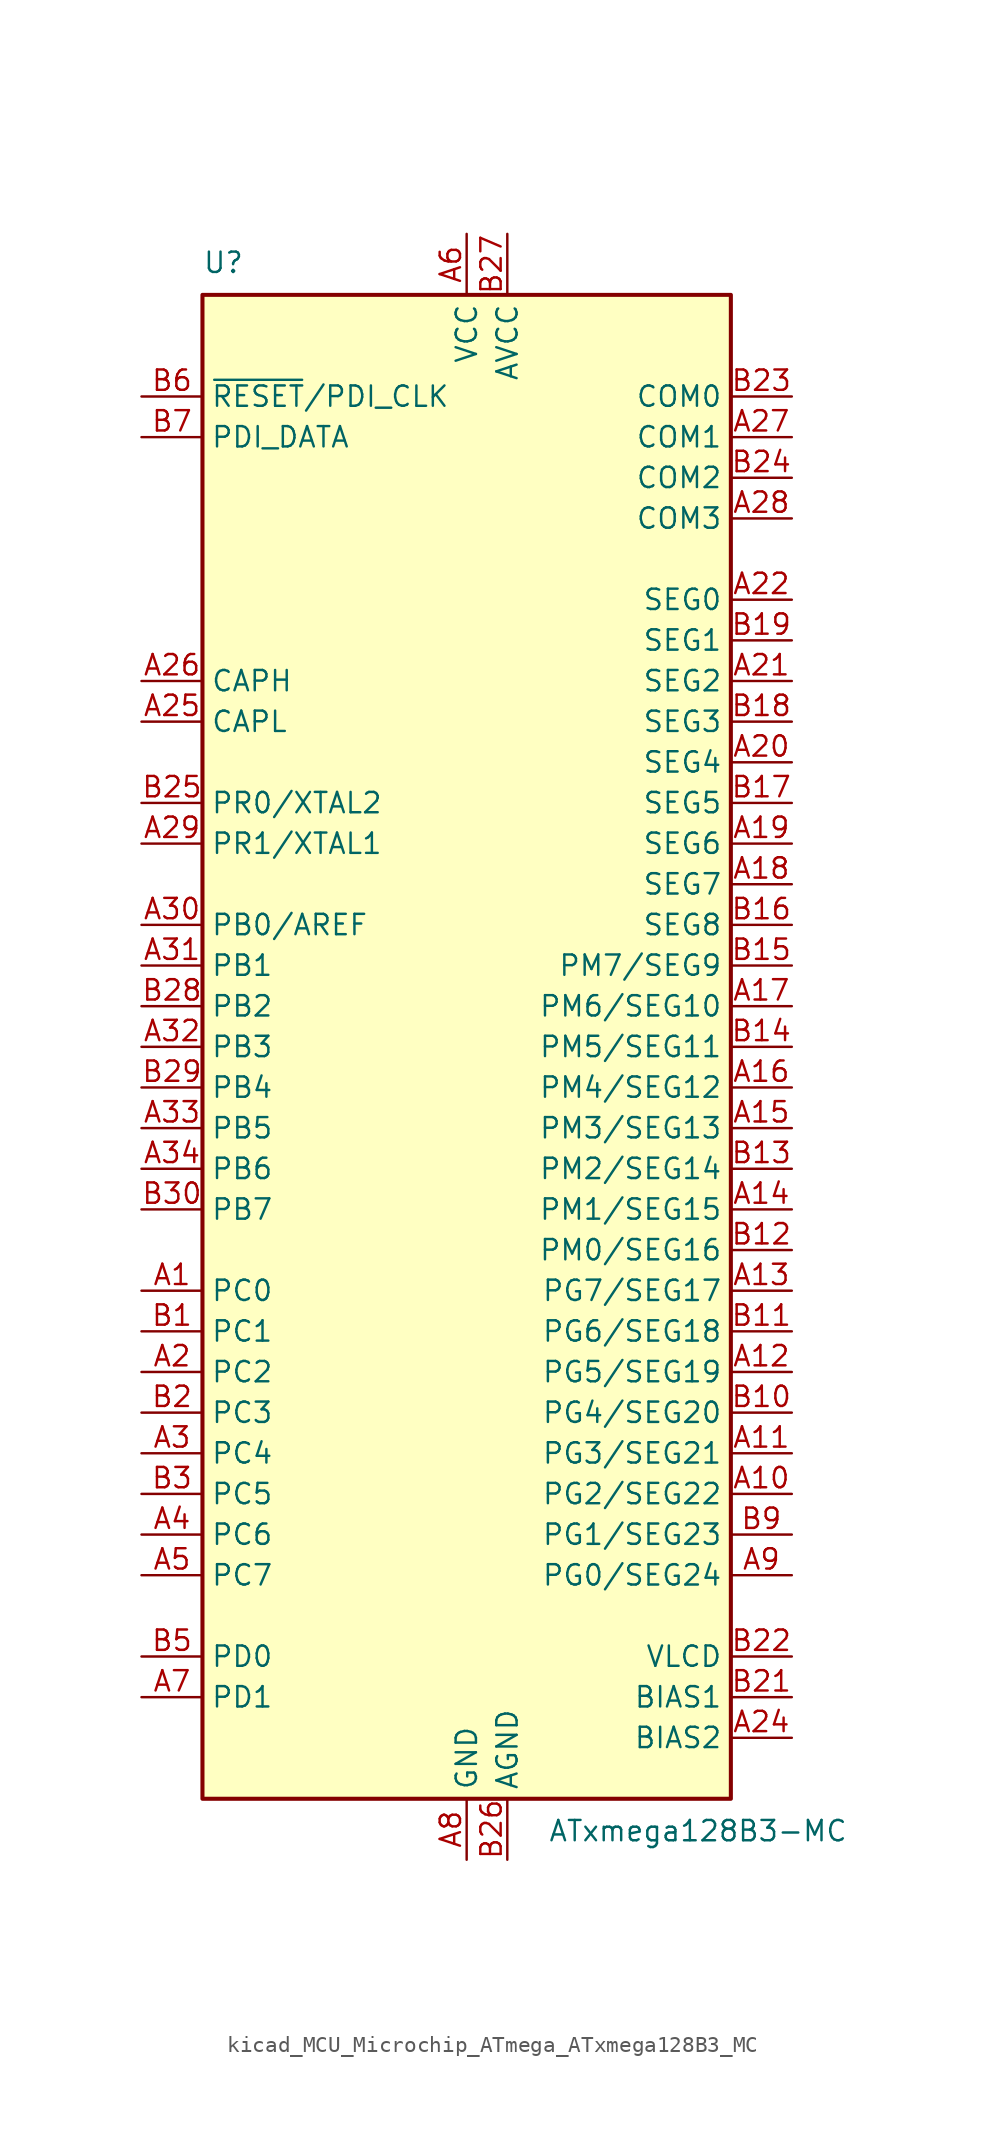
<source format=kicad_sym>
(kicad_symbol_lib
  (version 20220914)
  (generator kicad_symbol_editor)
  (symbol "kicad_MCU_Microchip_ATmega_ATxmega128B3_MC"
    (property "Reference" "U"
      (at -16.51 48.26 0)
      (effects (font (size 1.27 1.27)) (justify left bottom)))
    (property "Value" "ATxmega128B3-MC"
      (at 5.08 -48.26 0)
      (effects (font (size 1.27 1.27)) (justify left top)))
    (symbol "kicad_MCU_Microchip_ATmega_ATxmega128B3_MC_0_1"
      (rectangle (start -16.51 -46.99) (end 16.51 46.99) (stroke (width 0.254) (type default)) (fill (type background))))
    (symbol "kicad_MCU_Microchip_ATmega_ATxmega128B3_MC_1_1"
      (pin bidirectional line (at -20.32 -15.24 0) (length 3.81) (name "PC0" (effects (font (size 1.27 1.27)))) (number "A1" (effects (font (size 1.27 1.27)))))
      (pin bidirectional line (at 20.32 -27.94 180) (length 3.81) (name "PG2/SEG22" (effects (font (size 1.27 1.27)))) (number "A10" (effects (font (size 1.27 1.27)))))
      (pin bidirectional line (at 20.32 -25.4 180) (length 3.81) (name "PG3/SEG21" (effects (font (size 1.27 1.27)))) (number "A11" (effects (font (size 1.27 1.27)))))
      (pin bidirectional line (at 20.32 -20.32 180) (length 3.81) (name "PG5/SEG19" (effects (font (size 1.27 1.27)))) (number "A12" (effects (font (size 1.27 1.27)))))
      (pin bidirectional line (at 20.32 -15.24 180) (length 3.81) (name "PG7/SEG17" (effects (font (size 1.27 1.27)))) (number "A13" (effects (font (size 1.27 1.27)))))
      (pin bidirectional line (at 20.32 -10.16 180) (length 3.81) (name "PM1/SEG15" (effects (font (size 1.27 1.27)))) (number "A14" (effects (font (size 1.27 1.27)))))
      (pin bidirectional line (at 20.32 -5.08 180) (length 3.81) (name "PM3/SEG13" (effects (font (size 1.27 1.27)))) (number "A15" (effects (font (size 1.27 1.27)))))
      (pin bidirectional line (at 20.32 -2.54 180) (length 3.81) (name "PM4/SEG12" (effects (font (size 1.27 1.27)))) (number "A16" (effects (font (size 1.27 1.27)))))
      (pin bidirectional line (at 20.32 2.54 180) (length 3.81) (name "PM6/SEG10" (effects (font (size 1.27 1.27)))) (number "A17" (effects (font (size 1.27 1.27)))))
      (pin output line (at 20.32 10.16 180) (length 3.81) (name "SEG7" (effects (font (size 1.27 1.27)))) (number "A18" (effects (font (size 1.27 1.27)))))
      (pin output line (at 20.32 12.7 180) (length 3.81) (name "SEG6" (effects (font (size 1.27 1.27)))) (number "A19" (effects (font (size 1.27 1.27)))))
      (pin bidirectional line (at -20.32 -20.32 0) (length 3.81) (name "PC2" (effects (font (size 1.27 1.27)))) (number "A2" (effects (font (size 1.27 1.27)))))
      (pin output line (at 20.32 17.78 180) (length 3.81) (name "SEG4" (effects (font (size 1.27 1.27)))) (number "A20" (effects (font (size 1.27 1.27)))))
      (pin output line (at 20.32 22.86 180) (length 3.81) (name "SEG2" (effects (font (size 1.27 1.27)))) (number "A21" (effects (font (size 1.27 1.27)))))
      (pin output line (at 20.32 27.94 180) (length 3.81) (name "SEG0" (effects (font (size 1.27 1.27)))) (number "A22" (effects (font (size 1.27 1.27)))))
      (pin passive line (at 0 50.8 270) (length 3.81) hide (name "VCC" (effects (font (size 1.27 1.27)))) (number "A23" (effects (font (size 1.27 1.27)))))
      (pin power_out line (at 20.32 -43.18 180) (length 3.81) (name "BIAS2" (effects (font (size 1.27 1.27)))) (number "A24" (effects (font (size 1.27 1.27)))))
      (pin passive line (at -20.32 20.32 0) (length 3.81) (name "CAPL" (effects (font (size 1.27 1.27)))) (number "A25" (effects (font (size 1.27 1.27)))))
      (pin passive line (at -20.32 22.86 0) (length 3.81) (name "CAPH" (effects (font (size 1.27 1.27)))) (number "A26" (effects (font (size 1.27 1.27)))))
      (pin output line (at 20.32 38.1 180) (length 3.81) (name "COM1" (effects (font (size 1.27 1.27)))) (number "A27" (effects (font (size 1.27 1.27)))))
      (pin output line (at 20.32 33.02 180) (length 3.81) (name "COM3" (effects (font (size 1.27 1.27)))) (number "A28" (effects (font (size 1.27 1.27)))))
      (pin bidirectional line (at -20.32 12.7 0) (length 3.81) (name "PR1/XTAL1" (effects (font (size 1.27 1.27)))) (number "A29" (effects (font (size 1.27 1.27)))))
      (pin bidirectional line (at -20.32 -25.4 0) (length 3.81) (name "PC4" (effects (font (size 1.27 1.27)))) (number "A3" (effects (font (size 1.27 1.27)))))
      (pin bidirectional line (at -20.32 7.62 0) (length 3.81) (name "PB0/AREF" (effects (font (size 1.27 1.27)))) (number "A30" (effects (font (size 1.27 1.27)))))
      (pin bidirectional line (at -20.32 5.08 0) (length 3.81) (name "PB1" (effects (font (size 1.27 1.27)))) (number "A31" (effects (font (size 1.27 1.27)))))
      (pin bidirectional line (at -20.32 0 0) (length 3.81) (name "PB3" (effects (font (size 1.27 1.27)))) (number "A32" (effects (font (size 1.27 1.27)))))
      (pin bidirectional line (at -20.32 -5.08 0) (length 3.81) (name "PB5" (effects (font (size 1.27 1.27)))) (number "A33" (effects (font (size 1.27 1.27)))))
      (pin bidirectional line (at -20.32 -7.62 0) (length 3.81) (name "PB6" (effects (font (size 1.27 1.27)))) (number "A34" (effects (font (size 1.27 1.27)))))
      (pin bidirectional line (at -20.32 -30.48 0) (length 3.81) (name "PC6" (effects (font (size 1.27 1.27)))) (number "A4" (effects (font (size 1.27 1.27)))))
      (pin bidirectional line (at -20.32 -33.02 0) (length 3.81) (name "PC7" (effects (font (size 1.27 1.27)))) (number "A5" (effects (font (size 1.27 1.27)))))
      (pin power_in line (at 0 50.8 270) (length 3.81) (name "VCC" (effects (font (size 1.27 1.27)))) (number "A6" (effects (font (size 1.27 1.27)))))
      (pin bidirectional line (at -20.32 -40.64 0) (length 3.81) (name "PD1" (effects (font (size 1.27 1.27)))) (number "A7" (effects (font (size 1.27 1.27)))))
      (pin power_in line (at 0 -50.8 90) (length 3.81) (name "GND" (effects (font (size 1.27 1.27)))) (number "A8" (effects (font (size 1.27 1.27)))))
      (pin bidirectional line (at 20.32 -33.02 180) (length 3.81) (name "PG0/SEG24" (effects (font (size 1.27 1.27)))) (number "A9" (effects (font (size 1.27 1.27)))))
      (pin bidirectional line (at -20.32 -17.78 0) (length 3.81) (name "PC1" (effects (font (size 1.27 1.27)))) (number "B1" (effects (font (size 1.27 1.27)))))
      (pin bidirectional line (at 20.32 -22.86 180) (length 3.81) (name "PG4/SEG20" (effects (font (size 1.27 1.27)))) (number "B10" (effects (font (size 1.27 1.27)))))
      (pin bidirectional line (at 20.32 -17.78 180) (length 3.81) (name "PG6/SEG18" (effects (font (size 1.27 1.27)))) (number "B11" (effects (font (size 1.27 1.27)))))
      (pin bidirectional line (at 20.32 -12.7 180) (length 3.81) (name "PM0/SEG16" (effects (font (size 1.27 1.27)))) (number "B12" (effects (font (size 1.27 1.27)))))
      (pin bidirectional line (at 20.32 -7.62 180) (length 3.81) (name "PM2/SEG14" (effects (font (size 1.27 1.27)))) (number "B13" (effects (font (size 1.27 1.27)))))
      (pin bidirectional line (at 20.32 0 180) (length 3.81) (name "PM5/SEG11" (effects (font (size 1.27 1.27)))) (number "B14" (effects (font (size 1.27 1.27)))))
      (pin bidirectional line (at 20.32 5.08 180) (length 3.81) (name "PM7/SEG9" (effects (font (size 1.27 1.27)))) (number "B15" (effects (font (size 1.27 1.27)))))
      (pin output line (at 20.32 7.62 180) (length 3.81) (name "SEG8" (effects (font (size 1.27 1.27)))) (number "B16" (effects (font (size 1.27 1.27)))))
      (pin output line (at 20.32 15.24 180) (length 3.81) (name "SEG5" (effects (font (size 1.27 1.27)))) (number "B17" (effects (font (size 1.27 1.27)))))
      (pin output line (at 20.32 20.32 180) (length 3.81) (name "SEG3" (effects (font (size 1.27 1.27)))) (number "B18" (effects (font (size 1.27 1.27)))))
      (pin output line (at 20.32 25.4 180) (length 3.81) (name "SEG1" (effects (font (size 1.27 1.27)))) (number "B19" (effects (font (size 1.27 1.27)))))
      (pin bidirectional line (at -20.32 -22.86 0) (length 3.81) (name "PC3" (effects (font (size 1.27 1.27)))) (number "B2" (effects (font (size 1.27 1.27)))))
      (pin passive line (at 0 -50.8 90) (length 3.81) hide (name "GND" (effects (font (size 1.27 1.27)))) (number "B20" (effects (font (size 1.27 1.27)))))
      (pin power_out line (at 20.32 -40.64 180) (length 3.81) (name "BIAS1" (effects (font (size 1.27 1.27)))) (number "B21" (effects (font (size 1.27 1.27)))))
      (pin power_out line (at 20.32 -38.1 180) (length 3.81) (name "VLCD" (effects (font (size 1.27 1.27)))) (number "B22" (effects (font (size 1.27 1.27)))))
      (pin output line (at 20.32 40.64 180) (length 3.81) (name "COM0" (effects (font (size 1.27 1.27)))) (number "B23" (effects (font (size 1.27 1.27)))))
      (pin output line (at 20.32 35.56 180) (length 3.81) (name "COM2" (effects (font (size 1.27 1.27)))) (number "B24" (effects (font (size 1.27 1.27)))))
      (pin bidirectional line (at -20.32 15.24 0) (length 3.81) (name "PR0/XTAL2" (effects (font (size 1.27 1.27)))) (number "B25" (effects (font (size 1.27 1.27)))))
      (pin power_in line (at 2.54 -50.8 90) (length 3.81) (name "AGND" (effects (font (size 1.27 1.27)))) (number "B26" (effects (font (size 1.27 1.27)))))
      (pin power_in line (at 2.54 50.8 270) (length 3.81) (name "AVCC" (effects (font (size 1.27 1.27)))) (number "B27" (effects (font (size 1.27 1.27)))))
      (pin bidirectional line (at -20.32 2.54 0) (length 3.81) (name "PB2" (effects (font (size 1.27 1.27)))) (number "B28" (effects (font (size 1.27 1.27)))))
      (pin bidirectional line (at -20.32 -2.54 0) (length 3.81) (name "PB4" (effects (font (size 1.27 1.27)))) (number "B29" (effects (font (size 1.27 1.27)))))
      (pin bidirectional line (at -20.32 -27.94 0) (length 3.81) (name "PC5" (effects (font (size 1.27 1.27)))) (number "B3" (effects (font (size 1.27 1.27)))))
      (pin bidirectional line (at -20.32 -10.16 0) (length 3.81) (name "PB7" (effects (font (size 1.27 1.27)))) (number "B30" (effects (font (size 1.27 1.27)))))
      (pin passive line (at 0 -50.8 90) (length 3.81) hide (name "GND" (effects (font (size 1.27 1.27)))) (number "B4" (effects (font (size 1.27 1.27)))))
      (pin bidirectional line (at -20.32 -38.1 0) (length 3.81) (name "PD0" (effects (font (size 1.27 1.27)))) (number "B5" (effects (font (size 1.27 1.27)))))
      (pin input line (at -20.32 40.64 0) (length 3.81) (name "~{RESET}/PDI_CLK" (effects (font (size 1.27 1.27)))) (number "B6" (effects (font (size 1.27 1.27)))))
      (pin bidirectional line (at -20.32 38.1 0) (length 3.81) (name "PDI_DATA" (effects (font (size 1.27 1.27)))) (number "B7" (effects (font (size 1.27 1.27)))))
      (pin passive line (at 0 50.8 270) (length 3.81) hide (name "VCC" (effects (font (size 1.27 1.27)))) (number "B8" (effects (font (size 1.27 1.27)))))
      (pin bidirectional line (at 20.32 -30.48 180) (length 3.81) (name "PG1/SEG23" (effects (font (size 1.27 1.27)))) (number "B9" (effects (font (size 1.27 1.27)))))
      (pin passive line (at 0 -50.8 90) (length 3.81) hide (name "GND" (effects (font (size 1.27 1.27)))) (number "EP" (effects (font (size 1.27 1.27))))))))
</source>
